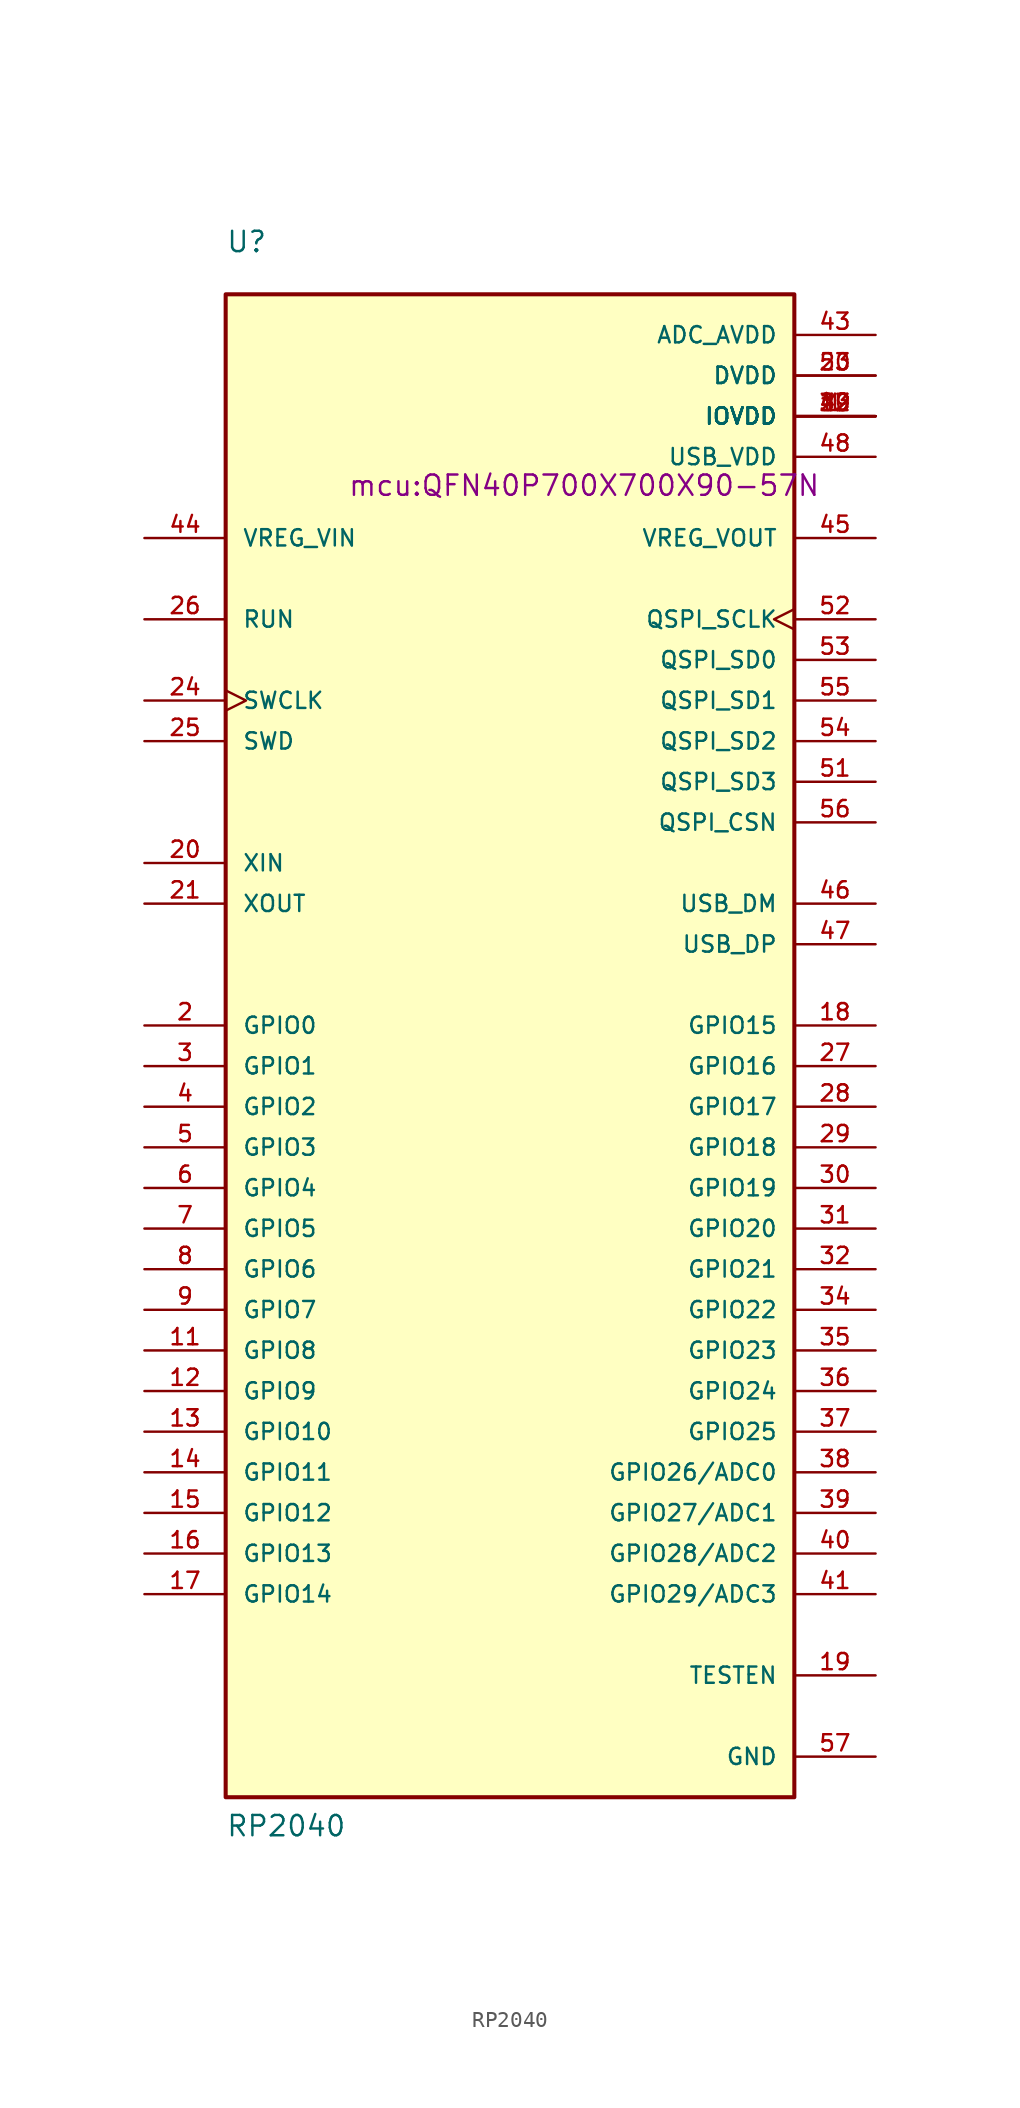
<source format=kicad_sym>
(kicad_symbol_lib
  (version 20211014)
  (generator kicad_symbol_editor)
  (symbol "RP2040"
    (pin_names
      (offset 1.016))
    (property "Reference" "U"
      (at -17.78 50.8 0)
      (effects (font (size 1.27 1.27)) (justify left bottom)))
    (property "Value" "RP2040"
      (at -17.78 -48.26 0)
      (effects (font (size 1.27 1.27)) (justify left bottom)))
    (property "Footprint" "mcu:QFN40P700X700X90-57N"
      (at -10.16 35.56 0)
      (effects (font (size 1.27 1.27)) (justify left bottom)))
    (symbol "RP2040_0_0"
      (rectangle (start -17.78 -45.72) (end 17.78 48.26) (stroke (width 0.254) (type default) (color 0 0 0 0)) (fill (type background)))
      (pin power_in line (at 22.86 40.64 180) (length 5.08) (name "IOVDD" (effects (font (size 1.016 1.016)))) (number "1" (effects (font (size 1.016 1.016)))))
      (pin power_in line (at 22.86 40.64 180) (length 5.08) (name "IOVDD" (effects (font (size 1.016 1.016)))) (number "10" (effects (font (size 1.016 1.016)))))
      (pin bidirectional line (at -22.86 -17.78 0) (length 5.08) (name "GPIO8" (effects (font (size 1.016 1.016)))) (number "11" (effects (font (size 1.016 1.016)))))
      (pin bidirectional line (at -22.86 -20.32 0) (length 5.08) (name "GPIO9" (effects (font (size 1.016 1.016)))) (number "12" (effects (font (size 1.016 1.016)))))
      (pin bidirectional line (at -22.86 -22.86 0) (length 5.08) (name "GPIO10" (effects (font (size 1.016 1.016)))) (number "13" (effects (font (size 1.016 1.016)))))
      (pin bidirectional line (at -22.86 -25.4 0) (length 5.08) (name "GPIO11" (effects (font (size 1.016 1.016)))) (number "14" (effects (font (size 1.016 1.016)))))
      (pin bidirectional line (at -22.86 -27.94 0) (length 5.08) (name "GPIO12" (effects (font (size 1.016 1.016)))) (number "15" (effects (font (size 1.016 1.016)))))
      (pin bidirectional line (at -22.86 -30.48 0) (length 5.08) (name "GPIO13" (effects (font (size 1.016 1.016)))) (number "16" (effects (font (size 1.016 1.016)))))
      (pin bidirectional line (at -22.86 -33.02 0) (length 5.08) (name "GPIO14" (effects (font (size 1.016 1.016)))) (number "17" (effects (font (size 1.016 1.016)))))
      (pin bidirectional line (at 22.86 2.54 180) (length 5.08) (name "GPIO15" (effects (font (size 1.016 1.016)))) (number "18" (effects (font (size 1.016 1.016)))))
      (pin passive line (at 22.86 -38.1 180) (length 5.08) (name "TESTEN" (effects (font (size 1.016 1.016)))) (number "19" (effects (font (size 1.016 1.016)))))
      (pin bidirectional line (at -22.86 2.54 0) (length 5.08) (name "GPIO0" (effects (font (size 1.016 1.016)))) (number "2" (effects (font (size 1.016 1.016)))))
      (pin input line (at -22.86 12.7 0) (length 5.08) (name "XIN" (effects (font (size 1.016 1.016)))) (number "20" (effects (font (size 1.016 1.016)))))
      (pin output line (at -22.86 10.16 0) (length 5.08) (name "XOUT" (effects (font (size 1.016 1.016)))) (number "21" (effects (font (size 1.016 1.016)))))
      (pin power_in line (at 22.86 40.64 180) (length 5.08) (name "IOVDD" (effects (font (size 1.016 1.016)))) (number "22" (effects (font (size 1.016 1.016)))))
      (pin power_in line (at 22.86 43.18 180) (length 5.08) (name "DVDD" (effects (font (size 1.016 1.016)))) (number "23" (effects (font (size 1.016 1.016)))))
      (pin input clock (at -22.86 22.86 0) (length 5.08) (name "SWCLK" (effects (font (size 1.016 1.016)))) (number "24" (effects (font (size 1.016 1.016)))))
      (pin bidirectional line (at -22.86 20.32 0) (length 5.08) (name "SWD" (effects (font (size 1.016 1.016)))) (number "25" (effects (font (size 1.016 1.016)))))
      (pin input line (at -22.86 27.94 0) (length 5.08) (name "RUN" (effects (font (size 1.016 1.016)))) (number "26" (effects (font (size 1.016 1.016)))))
      (pin bidirectional line (at 22.86 0 180) (length 5.08) (name "GPIO16" (effects (font (size 1.016 1.016)))) (number "27" (effects (font (size 1.016 1.016)))))
      (pin bidirectional line (at 22.86 -2.54 180) (length 5.08) (name "GPIO17" (effects (font (size 1.016 1.016)))) (number "28" (effects (font (size 1.016 1.016)))))
      (pin bidirectional line (at 22.86 -5.08 180) (length 5.08) (name "GPIO18" (effects (font (size 1.016 1.016)))) (number "29" (effects (font (size 1.016 1.016)))))
      (pin bidirectional line (at -22.86 0 0) (length 5.08) (name "GPIO1" (effects (font (size 1.016 1.016)))) (number "3" (effects (font (size 1.016 1.016)))))
      (pin bidirectional line (at 22.86 -7.62 180) (length 5.08) (name "GPIO19" (effects (font (size 1.016 1.016)))) (number "30" (effects (font (size 1.016 1.016)))))
      (pin bidirectional line (at 22.86 -10.16 180) (length 5.08) (name "GPIO20" (effects (font (size 1.016 1.016)))) (number "31" (effects (font (size 1.016 1.016)))))
      (pin bidirectional line (at 22.86 -12.7 180) (length 5.08) (name "GPIO21" (effects (font (size 1.016 1.016)))) (number "32" (effects (font (size 1.016 1.016)))))
      (pin power_in line (at 22.86 40.64 180) (length 5.08) (name "IOVDD" (effects (font (size 1.016 1.016)))) (number "33" (effects (font (size 1.016 1.016)))))
      (pin bidirectional line (at 22.86 -15.24 180) (length 5.08) (name "GPIO22" (effects (font (size 1.016 1.016)))) (number "34" (effects (font (size 1.016 1.016)))))
      (pin bidirectional line (at 22.86 -17.78 180) (length 5.08) (name "GPIO23" (effects (font (size 1.016 1.016)))) (number "35" (effects (font (size 1.016 1.016)))))
      (pin bidirectional line (at 22.86 -20.32 180) (length 5.08) (name "GPIO24" (effects (font (size 1.016 1.016)))) (number "36" (effects (font (size 1.016 1.016)))))
      (pin bidirectional line (at 22.86 -22.86 180) (length 5.08) (name "GPIO25" (effects (font (size 1.016 1.016)))) (number "37" (effects (font (size 1.016 1.016)))))
      (pin bidirectional line (at 22.86 -25.4 180) (length 5.08) (name "GPIO26/ADC0" (effects (font (size 1.016 1.016)))) (number "38" (effects (font (size 1.016 1.016)))))
      (pin bidirectional line (at 22.86 -27.94 180) (length 5.08) (name "GPIO27/ADC1" (effects (font (size 1.016 1.016)))) (number "39" (effects (font (size 1.016 1.016)))))
      (pin bidirectional line (at -22.86 -2.54 0) (length 5.08) (name "GPIO2" (effects (font (size 1.016 1.016)))) (number "4" (effects (font (size 1.016 1.016)))))
      (pin bidirectional line (at 22.86 -30.48 180) (length 5.08) (name "GPIO28/ADC2" (effects (font (size 1.016 1.016)))) (number "40" (effects (font (size 1.016 1.016)))))
      (pin bidirectional line (at 22.86 -33.02 180) (length 5.08) (name "GPIO29/ADC3" (effects (font (size 1.016 1.016)))) (number "41" (effects (font (size 1.016 1.016)))))
      (pin power_in line (at 22.86 40.64 180) (length 5.08) (name "IOVDD" (effects (font (size 1.016 1.016)))) (number "42" (effects (font (size 1.016 1.016)))))
      (pin power_in line (at 22.86 45.72 180) (length 5.08) (name "ADC_AVDD" (effects (font (size 1.016 1.016)))) (number "43" (effects (font (size 1.016 1.016)))))
      (pin input line (at -22.86 33.02 0) (length 5.08) (name "VREG_VIN" (effects (font (size 1.016 1.016)))) (number "44" (effects (font (size 1.016 1.016)))))
      (pin output line (at 22.86 33.02 180) (length 5.08) (name "VREG_VOUT" (effects (font (size 1.016 1.016)))) (number "45" (effects (font (size 1.016 1.016)))))
      (pin bidirectional line (at 22.86 10.16 180) (length 5.08) (name "USB_DM" (effects (font (size 1.016 1.016)))) (number "46" (effects (font (size 1.016 1.016)))))
      (pin bidirectional line (at 22.86 7.62 180) (length 5.08) (name "USB_DP" (effects (font (size 1.016 1.016)))) (number "47" (effects (font (size 1.016 1.016)))))
      (pin power_in line (at 22.86 38.1 180) (length 5.08) (name "USB_VDD" (effects (font (size 1.016 1.016)))) (number "48" (effects (font (size 1.016 1.016)))))
      (pin power_in line (at 22.86 40.64 180) (length 5.08) (name "IOVDD" (effects (font (size 1.016 1.016)))) (number "49" (effects (font (size 1.016 1.016)))))
      (pin bidirectional line (at -22.86 -5.08 0) (length 5.08) (name "GPIO3" (effects (font (size 1.016 1.016)))) (number "5" (effects (font (size 1.016 1.016)))))
      (pin power_in line (at 22.86 43.18 180) (length 5.08) (name "DVDD" (effects (font (size 1.016 1.016)))) (number "50" (effects (font (size 1.016 1.016)))))
      (pin bidirectional line (at 22.86 17.78 180) (length 5.08) (name "QSPI_SD3" (effects (font (size 1.016 1.016)))) (number "51" (effects (font (size 1.016 1.016)))))
      (pin bidirectional clock (at 22.86 27.94 180) (length 5.08) (name "QSPI_SCLK" (effects (font (size 1.016 1.016)))) (number "52" (effects (font (size 1.016 1.016)))))
      (pin bidirectional line (at 22.86 25.4 180) (length 5.08) (name "QSPI_SD0" (effects (font (size 1.016 1.016)))) (number "53" (effects (font (size 1.016 1.016)))))
      (pin bidirectional line (at 22.86 20.32 180) (length 5.08) (name "QSPI_SD2" (effects (font (size 1.016 1.016)))) (number "54" (effects (font (size 1.016 1.016)))))
      (pin bidirectional line (at 22.86 22.86 180) (length 5.08) (name "QSPI_SD1" (effects (font (size 1.016 1.016)))) (number "55" (effects (font (size 1.016 1.016)))))
      (pin bidirectional line (at 22.86 15.24 180) (length 5.08) (name "QSPI_CSN" (effects (font (size 1.016 1.016)))) (number "56" (effects (font (size 1.016 1.016)))))
      (pin power_in line (at 22.86 -43.18 180) (length 5.08) (name "GND" (effects (font (size 1.016 1.016)))) (number "57" (effects (font (size 1.016 1.016)))))
      (pin bidirectional line (at -22.86 -7.62 0) (length 5.08) (name "GPIO4" (effects (font (size 1.016 1.016)))) (number "6" (effects (font (size 1.016 1.016)))))
      (pin bidirectional line (at -22.86 -10.16 0) (length 5.08) (name "GPIO5" (effects (font (size 1.016 1.016)))) (number "7" (effects (font (size 1.016 1.016)))))
      (pin bidirectional line (at -22.86 -12.7 0) (length 5.08) (name "GPIO6" (effects (font (size 1.016 1.016)))) (number "8" (effects (font (size 1.016 1.016)))))
      (pin bidirectional line (at -22.86 -15.24 0) (length 5.08) (name "GPIO7" (effects (font (size 1.016 1.016)))) (number "9" (effects (font (size 1.016 1.016))))))))
</source>
